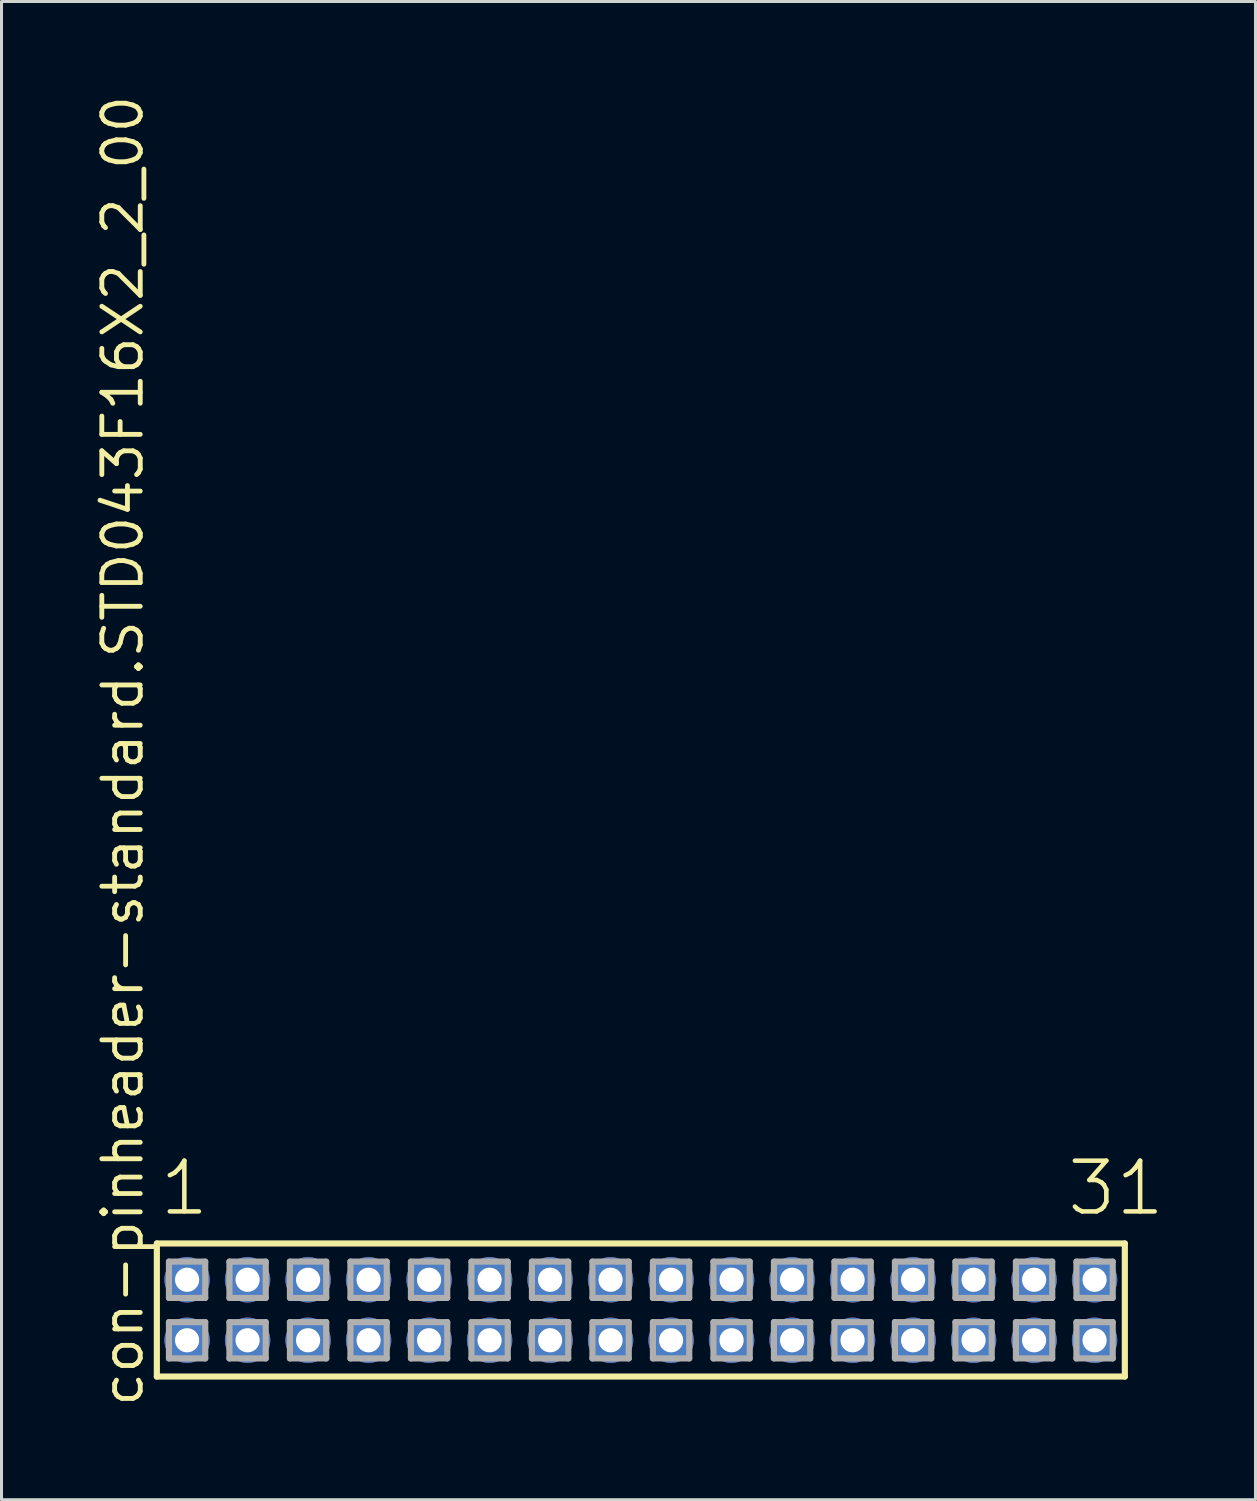
<source format=kicad_pcb>
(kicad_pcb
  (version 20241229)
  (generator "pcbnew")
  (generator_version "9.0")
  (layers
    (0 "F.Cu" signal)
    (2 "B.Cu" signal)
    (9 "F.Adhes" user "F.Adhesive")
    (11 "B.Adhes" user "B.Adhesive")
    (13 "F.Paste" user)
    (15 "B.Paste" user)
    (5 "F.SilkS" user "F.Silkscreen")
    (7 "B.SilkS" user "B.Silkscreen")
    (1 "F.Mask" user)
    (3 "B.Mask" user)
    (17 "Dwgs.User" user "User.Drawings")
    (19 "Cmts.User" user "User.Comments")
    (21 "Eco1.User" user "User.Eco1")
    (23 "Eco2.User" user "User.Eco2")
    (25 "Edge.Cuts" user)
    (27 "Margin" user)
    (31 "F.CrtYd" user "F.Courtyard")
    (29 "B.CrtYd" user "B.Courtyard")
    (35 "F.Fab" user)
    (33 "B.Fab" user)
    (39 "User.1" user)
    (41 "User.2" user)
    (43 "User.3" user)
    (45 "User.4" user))
  (footprint "con-pinheader-standard.STD043F16X2_2_00"
    (layer "F.Cu")
    (at 18.135 40.257)
    (property "Reference" "con-pinheader-standard.STD043F16X2_2_00" (at -16.385 3.27 90) (layer "F.SilkS") (effects (font (size 1.27 1.27) (thickness 0.16)) (justify left bottom)))
    (attr through_hole)
    (fp_line (start -16 -2.2) (end 16 -2.2) (stroke (width 0.203) (type default)) (layer "F.SilkS"))
    (fp_line (start -16 2.2) (end -16 -2.2) (stroke (width 0.203) (type default)) (layer "F.SilkS"))
    (fp_line (start 16 -2.2) (end 16 2.2) (stroke (width 0.203) (type default)) (layer "F.SilkS"))
    (fp_line (start 16 2.2) (end -16 2.2) (stroke (width 0.203) (type default)) (layer "F.SilkS"))
    (fp_line (start -15.6 -1.6) (end -14.4 -1.6) (stroke (width 0.203) (type default)) (layer "F.Fab"))
    (fp_line (start -15.6 -0.4) (end -15.6 -1.6) (stroke (width 0.203) (type default)) (layer "F.Fab"))
    (fp_line (start -15.6 0.4) (end -14.4 0.4) (stroke (width 0.203) (type default)) (layer "F.Fab"))
    (fp_line (start -15.6 1.6) (end -15.6 0.4) (stroke (width 0.203) (type default)) (layer "F.Fab"))
    (fp_line (start -14.4 -1.6) (end -14.4 -0.4) (stroke (width 0.203) (type default)) (layer "F.Fab"))
    (fp_line (start -14.4 -0.4) (end -15.6 -0.4) (stroke (width 0.203) (type default)) (layer "F.Fab"))
    (fp_line (start -14.4 0.4) (end -14.4 1.6) (stroke (width 0.203) (type default)) (layer "F.Fab"))
    (fp_line (start -14.4 1.6) (end -15.6 1.6) (stroke (width 0.203) (type default)) (layer "F.Fab"))
    (fp_line (start -13.6 -1.6) (end -12.4 -1.6) (stroke (width 0.203) (type default)) (layer "F.Fab"))
    (fp_line (start -13.6 -0.4) (end -13.6 -1.6) (stroke (width 0.203) (type default)) (layer "F.Fab"))
    (fp_line (start -13.6 0.4) (end -12.4 0.4) (stroke (width 0.203) (type default)) (layer "F.Fab"))
    (fp_line (start -13.6 1.6) (end -13.6 0.4) (stroke (width 0.203) (type default)) (layer "F.Fab"))
    (fp_line (start -12.4 -1.6) (end -12.4 -0.4) (stroke (width 0.203) (type default)) (layer "F.Fab"))
    (fp_line (start -12.4 -0.4) (end -13.6 -0.4) (stroke (width 0.203) (type default)) (layer "F.Fab"))
    (fp_line (start -12.4 0.4) (end -12.4 1.6) (stroke (width 0.203) (type default)) (layer "F.Fab"))
    (fp_line (start -12.4 1.6) (end -13.6 1.6) (stroke (width 0.203) (type default)) (layer "F.Fab"))
    (fp_line (start -11.6 -1.6) (end -10.4 -1.6) (stroke (width 0.203) (type default)) (layer "F.Fab"))
    (fp_line (start -11.6 -0.4) (end -11.6 -1.6) (stroke (width 0.203) (type default)) (layer "F.Fab"))
    (fp_line (start -11.6 0.4) (end -10.4 0.4) (stroke (width 0.203) (type default)) (layer "F.Fab"))
    (fp_line (start -11.6 1.6) (end -11.6 0.4) (stroke (width 0.203) (type default)) (layer "F.Fab"))
    (fp_line (start -10.4 -1.6) (end -10.4 -0.4) (stroke (width 0.203) (type default)) (layer "F.Fab"))
    (fp_line (start -10.4 -0.4) (end -11.6 -0.4) (stroke (width 0.203) (type default)) (layer "F.Fab"))
    (fp_line (start -10.4 0.4) (end -10.4 1.6) (stroke (width 0.203) (type default)) (layer "F.Fab"))
    (fp_line (start -10.4 1.6) (end -11.6 1.6) (stroke (width 0.203) (type default)) (layer "F.Fab"))
    (fp_line (start -9.6 -1.6) (end -8.4 -1.6) (stroke (width 0.203) (type default)) (layer "F.Fab"))
    (fp_line (start -9.6 -0.4) (end -9.6 -1.6) (stroke (width 0.203) (type default)) (layer "F.Fab"))
    (fp_line (start -9.6 0.4) (end -8.4 0.4) (stroke (width 0.203) (type default)) (layer "F.Fab"))
    (fp_line (start -9.6 1.6) (end -9.6 0.4) (stroke (width 0.203) (type default)) (layer "F.Fab"))
    (fp_line (start -8.4 -1.6) (end -8.4 -0.4) (stroke (width 0.203) (type default)) (layer "F.Fab"))
    (fp_line (start -8.4 -0.4) (end -9.6 -0.4) (stroke (width 0.203) (type default)) (layer "F.Fab"))
    (fp_line (start -8.4 0.4) (end -8.4 1.6) (stroke (width 0.203) (type default)) (layer "F.Fab"))
    (fp_line (start -8.4 1.6) (end -9.6 1.6) (stroke (width 0.203) (type default)) (layer "F.Fab"))
    (fp_line (start -7.6 -1.6) (end -6.4 -1.6) (stroke (width 0.203) (type default)) (layer "F.Fab"))
    (fp_line (start -7.6 -0.4) (end -7.6 -1.6) (stroke (width 0.203) (type default)) (layer "F.Fab"))
    (fp_line (start -7.6 0.4) (end -6.4 0.4) (stroke (width 0.203) (type default)) (layer "F.Fab"))
    (fp_line (start -7.6 1.6) (end -7.6 0.4) (stroke (width 0.203) (type default)) (layer "F.Fab"))
    (fp_line (start -6.4 -1.6) (end -6.4 -0.4) (stroke (width 0.203) (type default)) (layer "F.Fab"))
    (fp_line (start -6.4 -0.4) (end -7.6 -0.4) (stroke (width 0.203) (type default)) (layer "F.Fab"))
    (fp_line (start -6.4 0.4) (end -6.4 1.6) (stroke (width 0.203) (type default)) (layer "F.Fab"))
    (fp_line (start -6.4 1.6) (end -7.6 1.6) (stroke (width 0.203) (type default)) (layer "F.Fab"))
    (fp_line (start -5.6 -1.6) (end -4.4 -1.6) (stroke (width 0.203) (type default)) (layer "F.Fab"))
    (fp_line (start -5.6 -0.4) (end -5.6 -1.6) (stroke (width 0.203) (type default)) (layer "F.Fab"))
    (fp_line (start -5.6 0.4) (end -4.4 0.4) (stroke (width 0.203) (type default)) (layer "F.Fab"))
    (fp_line (start -5.6 1.6) (end -5.6 0.4) (stroke (width 0.203) (type default)) (layer "F.Fab"))
    (fp_line (start -4.4 -1.6) (end -4.4 -0.4) (stroke (width 0.203) (type default)) (layer "F.Fab"))
    (fp_line (start -4.4 -0.4) (end -5.6 -0.4) (stroke (width 0.203) (type default)) (layer "F.Fab"))
    (fp_line (start -4.4 0.4) (end -4.4 1.6) (stroke (width 0.203) (type default)) (layer "F.Fab"))
    (fp_line (start -4.4 1.6) (end -5.6 1.6) (stroke (width 0.203) (type default)) (layer "F.Fab"))
    (fp_line (start -3.6 -1.6) (end -2.4 -1.6) (stroke (width 0.203) (type default)) (layer "F.Fab"))
    (fp_line (start -3.6 -0.4) (end -3.6 -1.6) (stroke (width 0.203) (type default)) (layer "F.Fab"))
    (fp_line (start -3.6 0.4) (end -2.4 0.4) (stroke (width 0.203) (type default)) (layer "F.Fab"))
    (fp_line (start -3.6 1.6) (end -3.6 0.4) (stroke (width 0.203) (type default)) (layer "F.Fab"))
    (fp_line (start -2.4 -1.6) (end -2.4 -0.4) (stroke (width 0.203) (type default)) (layer "F.Fab"))
    (fp_line (start -2.4 -0.4) (end -3.6 -0.4) (stroke (width 0.203) (type default)) (layer "F.Fab"))
    (fp_line (start -2.4 0.4) (end -2.4 1.6) (stroke (width 0.203) (type default)) (layer "F.Fab"))
    (fp_line (start -2.4 1.6) (end -3.6 1.6) (stroke (width 0.203) (type default)) (layer "F.Fab"))
    (fp_line (start -1.6 -1.6) (end -0.4 -1.6) (stroke (width 0.203) (type default)) (layer "F.Fab"))
    (fp_line (start -1.6 -0.4) (end -1.6 -1.6) (stroke (width 0.203) (type default)) (layer "F.Fab"))
    (fp_line (start -1.6 0.4) (end -0.4 0.4) (stroke (width 0.203) (type default)) (layer "F.Fab"))
    (fp_line (start -1.6 1.6) (end -1.6 0.4) (stroke (width 0.203) (type default)) (layer "F.Fab"))
    (fp_line (start -0.4 -1.6) (end -0.4 -0.4) (stroke (width 0.203) (type default)) (layer "F.Fab"))
    (fp_line (start -0.4 -0.4) (end -1.6 -0.4) (stroke (width 0.203) (type default)) (layer "F.Fab"))
    (fp_line (start -0.4 0.4) (end -0.4 1.6) (stroke (width 0.203) (type default)) (layer "F.Fab"))
    (fp_line (start -0.4 1.6) (end -1.6 1.6) (stroke (width 0.203) (type default)) (layer "F.Fab"))
    (fp_line (start 0.4 -1.6) (end 1.6 -1.6) (stroke (width 0.203) (type default)) (layer "F.Fab"))
    (fp_line (start 0.4 -0.4) (end 0.4 -1.6) (stroke (width 0.203) (type default)) (layer "F.Fab"))
    (fp_line (start 0.4 0.4) (end 1.6 0.4) (stroke (width 0.203) (type default)) (layer "F.Fab"))
    (fp_line (start 0.4 1.6) (end 0.4 0.4) (stroke (width 0.203) (type default)) (layer "F.Fab"))
    (fp_line (start 1.6 -1.6) (end 1.6 -0.4) (stroke (width 0.203) (type default)) (layer "F.Fab"))
    (fp_line (start 1.6 -0.4) (end 0.4 -0.4) (stroke (width 0.203) (type default)) (layer "F.Fab"))
    (fp_line (start 1.6 0.4) (end 1.6 1.6) (stroke (width 0.203) (type default)) (layer "F.Fab"))
    (fp_line (start 1.6 1.6) (end 0.4 1.6) (stroke (width 0.203) (type default)) (layer "F.Fab"))
    (fp_line (start 2.4 -1.6) (end 3.6 -1.6) (stroke (width 0.203) (type default)) (layer "F.Fab"))
    (fp_line (start 2.4 -0.4) (end 2.4 -1.6) (stroke (width 0.203) (type default)) (layer "F.Fab"))
    (fp_line (start 2.4 0.4) (end 3.6 0.4) (stroke (width 0.203) (type default)) (layer "F.Fab"))
    (fp_line (start 2.4 1.6) (end 2.4 0.4) (stroke (width 0.203) (type default)) (layer "F.Fab"))
    (fp_line (start 3.6 -1.6) (end 3.6 -0.4) (stroke (width 0.203) (type default)) (layer "F.Fab"))
    (fp_line (start 3.6 -0.4) (end 2.4 -0.4) (stroke (width 0.203) (type default)) (layer "F.Fab"))
    (fp_line (start 3.6 0.4) (end 3.6 1.6) (stroke (width 0.203) (type default)) (layer "F.Fab"))
    (fp_line (start 3.6 1.6) (end 2.4 1.6) (stroke (width 0.203) (type default)) (layer "F.Fab"))
    (fp_line (start 4.4 -1.6) (end 5.6 -1.6) (stroke (width 0.203) (type default)) (layer "F.Fab"))
    (fp_line (start 4.4 -0.4) (end 4.4 -1.6) (stroke (width 0.203) (type default)) (layer "F.Fab"))
    (fp_line (start 4.4 0.4) (end 5.6 0.4) (stroke (width 0.203) (type default)) (layer "F.Fab"))
    (fp_line (start 4.4 1.6) (end 4.4 0.4) (stroke (width 0.203) (type default)) (layer "F.Fab"))
    (fp_line (start 5.6 -1.6) (end 5.6 -0.4) (stroke (width 0.203) (type default)) (layer "F.Fab"))
    (fp_line (start 5.6 -0.4) (end 4.4 -0.4) (stroke (width 0.203) (type default)) (layer "F.Fab"))
    (fp_line (start 5.6 0.4) (end 5.6 1.6) (stroke (width 0.203) (type default)) (layer "F.Fab"))
    (fp_line (start 5.6 1.6) (end 4.4 1.6) (stroke (width 0.203) (type default)) (layer "F.Fab"))
    (fp_line (start 6.4 -1.6) (end 7.6 -1.6) (stroke (width 0.203) (type default)) (layer "F.Fab"))
    (fp_line (start 6.4 -0.4) (end 6.4 -1.6) (stroke (width 0.203) (type default)) (layer "F.Fab"))
    (fp_line (start 6.4 0.4) (end 7.6 0.4) (stroke (width 0.203) (type default)) (layer "F.Fab"))
    (fp_line (start 6.4 1.6) (end 6.4 0.4) (stroke (width 0.203) (type default)) (layer "F.Fab"))
    (fp_line (start 7.6 -1.6) (end 7.6 -0.4) (stroke (width 0.203) (type default)) (layer "F.Fab"))
    (fp_line (start 7.6 -0.4) (end 6.4 -0.4) (stroke (width 0.203) (type default)) (layer "F.Fab"))
    (fp_line (start 7.6 0.4) (end 7.6 1.6) (stroke (width 0.203) (type default)) (layer "F.Fab"))
    (fp_line (start 7.6 1.6) (end 6.4 1.6) (stroke (width 0.203) (type default)) (layer "F.Fab"))
    (fp_line (start 8.4 -1.6) (end 9.6 -1.6) (stroke (width 0.203) (type default)) (layer "F.Fab"))
    (fp_line (start 8.4 -0.4) (end 8.4 -1.6) (stroke (width 0.203) (type default)) (layer "F.Fab"))
    (fp_line (start 8.4 0.4) (end 9.6 0.4) (stroke (width 0.203) (type default)) (layer "F.Fab"))
    (fp_line (start 8.4 1.6) (end 8.4 0.4) (stroke (width 0.203) (type default)) (layer "F.Fab"))
    (fp_line (start 9.6 -1.6) (end 9.6 -0.4) (stroke (width 0.203) (type default)) (layer "F.Fab"))
    (fp_line (start 9.6 -0.4) (end 8.4 -0.4) (stroke (width 0.203) (type default)) (layer "F.Fab"))
    (fp_line (start 9.6 0.4) (end 9.6 1.6) (stroke (width 0.203) (type default)) (layer "F.Fab"))
    (fp_line (start 9.6 1.6) (end 8.4 1.6) (stroke (width 0.203) (type default)) (layer "F.Fab"))
    (fp_line (start 10.4 -1.6) (end 11.6 -1.6) (stroke (width 0.203) (type default)) (layer "F.Fab"))
    (fp_line (start 10.4 -0.4) (end 10.4 -1.6) (stroke (width 0.203) (type default)) (layer "F.Fab"))
    (fp_line (start 10.4 0.4) (end 11.6 0.4) (stroke (width 0.203) (type default)) (layer "F.Fab"))
    (fp_line (start 10.4 1.6) (end 10.4 0.4) (stroke (width 0.203) (type default)) (layer "F.Fab"))
    (fp_line (start 11.6 -1.6) (end 11.6 -0.4) (stroke (width 0.203) (type default)) (layer "F.Fab"))
    (fp_line (start 11.6 -0.4) (end 10.4 -0.4) (stroke (width 0.203) (type default)) (layer "F.Fab"))
    (fp_line (start 11.6 0.4) (end 11.6 1.6) (stroke (width 0.203) (type default)) (layer "F.Fab"))
    (fp_line (start 11.6 1.6) (end 10.4 1.6) (stroke (width 0.203) (type default)) (layer "F.Fab"))
    (fp_line (start 12.4 -1.6) (end 13.6 -1.6) (stroke (width 0.203) (type default)) (layer "F.Fab"))
    (fp_line (start 12.4 -0.4) (end 12.4 -1.6) (stroke (width 0.203) (type default)) (layer "F.Fab"))
    (fp_line (start 12.4 0.4) (end 13.6 0.4) (stroke (width 0.203) (type default)) (layer "F.Fab"))
    (fp_line (start 12.4 1.6) (end 12.4 0.4) (stroke (width 0.203) (type default)) (layer "F.Fab"))
    (fp_line (start 13.6 -1.6) (end 13.6 -0.4) (stroke (width 0.203) (type default)) (layer "F.Fab"))
    (fp_line (start 13.6 -0.4) (end 12.4 -0.4) (stroke (width 0.203) (type default)) (layer "F.Fab"))
    (fp_line (start 13.6 0.4) (end 13.6 1.6) (stroke (width 0.203) (type default)) (layer "F.Fab"))
    (fp_line (start 13.6 1.6) (end 12.4 1.6) (stroke (width 0.203) (type default)) (layer "F.Fab"))
    (fp_line (start 14.4 -1.6) (end 15.6 -1.6) (stroke (width 0.203) (type default)) (layer "F.Fab"))
    (fp_line (start 14.4 -0.4) (end 14.4 -1.6) (stroke (width 0.203) (type default)) (layer "F.Fab"))
    (fp_line (start 14.4 0.4) (end 15.6 0.4) (stroke (width 0.203) (type default)) (layer "F.Fab"))
    (fp_line (start 14.4 1.6) (end 14.4 0.4) (stroke (width 0.203) (type default)) (layer "F.Fab"))
    (fp_line (start 15.6 -1.6) (end 15.6 -0.4) (stroke (width 0.203) (type default)) (layer "F.Fab"))
    (fp_line (start 15.6 -0.4) (end 14.4 -0.4) (stroke (width 0.203) (type default)) (layer "F.Fab"))
    (fp_line (start 15.6 0.4) (end 15.6 1.6) (stroke (width 0.203) (type default)) (layer "F.Fab"))
    (fp_line (start 15.6 1.6) (end 14.4 1.6) (stroke (width 0.203) (type default)) (layer "F.Fab"))
    (fp_text user "31" (at 14.012 -3.048 0) (layer "F.SilkS") (effects (font (size 1.676 1.676) (thickness 0.15)) (justify left bottom)))
    (fp_text user "1" (at -15.988 -3.048 0) (layer "F.SilkS") (effects (font (size 1.676 1.676) (thickness 0.15)) (justify left bottom)))
    (pad "1" thru_hole circle (at -15 -1) (size 1.5 1.5) (drill 0.8) (layers "*.Cu" "*.Mask"))
    (pad "2" thru_hole circle (at -15 1) (size 1.5 1.5) (drill 0.8) (layers "*.Cu" "*.Mask"))
    (pad "3" thru_hole circle (at -13 -1) (size 1.5 1.5) (drill 0.8) (layers "*.Cu" "*.Mask"))
    (pad "4" thru_hole circle (at -13 1) (size 1.5 1.5) (drill 0.8) (layers "*.Cu" "*.Mask"))
    (pad "5" thru_hole circle (at -11 -1) (size 1.5 1.5) (drill 0.8) (layers "*.Cu" "*.Mask"))
    (pad "6" thru_hole circle (at -11 1) (size 1.5 1.5) (drill 0.8) (layers "*.Cu" "*.Mask"))
    (pad "7" thru_hole circle (at -9 -1) (size 1.5 1.5) (drill 0.8) (layers "*.Cu" "*.Mask"))
    (pad "8" thru_hole circle (at -9 1) (size 1.5 1.5) (drill 0.8) (layers "*.Cu" "*.Mask"))
    (pad "9" thru_hole circle (at -7 -1) (size 1.5 1.5) (drill 0.8) (layers "*.Cu" "*.Mask"))
    (pad "10" thru_hole circle (at -7 1) (size 1.5 1.5) (drill 0.8) (layers "*.Cu" "*.Mask"))
    (pad "11" thru_hole circle (at -5 -1) (size 1.5 1.5) (drill 0.8) (layers "*.Cu" "*.Mask"))
    (pad "12" thru_hole circle (at -5 1) (size 1.5 1.5) (drill 0.8) (layers "*.Cu" "*.Mask"))
    (pad "13" thru_hole circle (at -3 -1) (size 1.5 1.5) (drill 0.8) (layers "*.Cu" "*.Mask"))
    (pad "14" thru_hole circle (at -3 1) (size 1.5 1.5) (drill 0.8) (layers "*.Cu" "*.Mask"))
    (pad "15" thru_hole circle (at -1 -1) (size 1.5 1.5) (drill 0.8) (layers "*.Cu" "*.Mask"))
    (pad "16" thru_hole circle (at -1 1) (size 1.5 1.5) (drill 0.8) (layers "*.Cu" "*.Mask"))
    (pad "17" thru_hole circle (at 1 -1) (size 1.5 1.5) (drill 0.8) (layers "*.Cu" "*.Mask"))
    (pad "18" thru_hole circle (at 1 1) (size 1.5 1.5) (drill 0.8) (layers "*.Cu" "*.Mask"))
    (pad "19" thru_hole circle (at 3 -1) (size 1.5 1.5) (drill 0.8) (layers "*.Cu" "*.Mask"))
    (pad "20" thru_hole circle (at 3 1) (size 1.5 1.5) (drill 0.8) (layers "*.Cu" "*.Mask"))
    (pad "21" thru_hole circle (at 5 -1) (size 1.5 1.5) (drill 0.8) (layers "*.Cu" "*.Mask"))
    (pad "22" thru_hole circle (at 5 1) (size 1.5 1.5) (drill 0.8) (layers "*.Cu" "*.Mask"))
    (pad "23" thru_hole circle (at 7 -1) (size 1.5 1.5) (drill 0.8) (layers "*.Cu" "*.Mask"))
    (pad "24" thru_hole circle (at 7 1) (size 1.5 1.5) (drill 0.8) (layers "*.Cu" "*.Mask"))
    (pad "25" thru_hole circle (at 9 -1) (size 1.5 1.5) (drill 0.8) (layers "*.Cu" "*.Mask"))
    (pad "26" thru_hole circle (at 9 1) (size 1.5 1.5) (drill 0.8) (layers "*.Cu" "*.Mask"))
    (pad "27" thru_hole circle (at 11 -1) (size 1.5 1.5) (drill 0.8) (layers "*.Cu" "*.Mask"))
    (pad "28" thru_hole circle (at 11 1) (size 1.5 1.5) (drill 0.8) (layers "*.Cu" "*.Mask"))
    (pad "29" thru_hole circle (at 13 -1) (size 1.5 1.5) (drill 0.8) (layers "*.Cu" "*.Mask"))
    (pad "30" thru_hole circle (at 13 1) (size 1.5 1.5) (drill 0.8) (layers "*.Cu" "*.Mask"))
    (pad "31" thru_hole circle (at 15 -1) (size 1.5 1.5) (drill 0.8) (layers "*.Cu" "*.Mask"))
    (pad "32" thru_hole circle (at 15 1) (size 1.5 1.5) (drill 0.8) (layers "*.Cu" "*.Mask")))
  (gr_rect
    (start -3 -3)
    (end 38.455 46.527)
    (stroke (width 0.1) (type default))
    (fill no)
    (layer "Edge.Cuts")))
</source>
